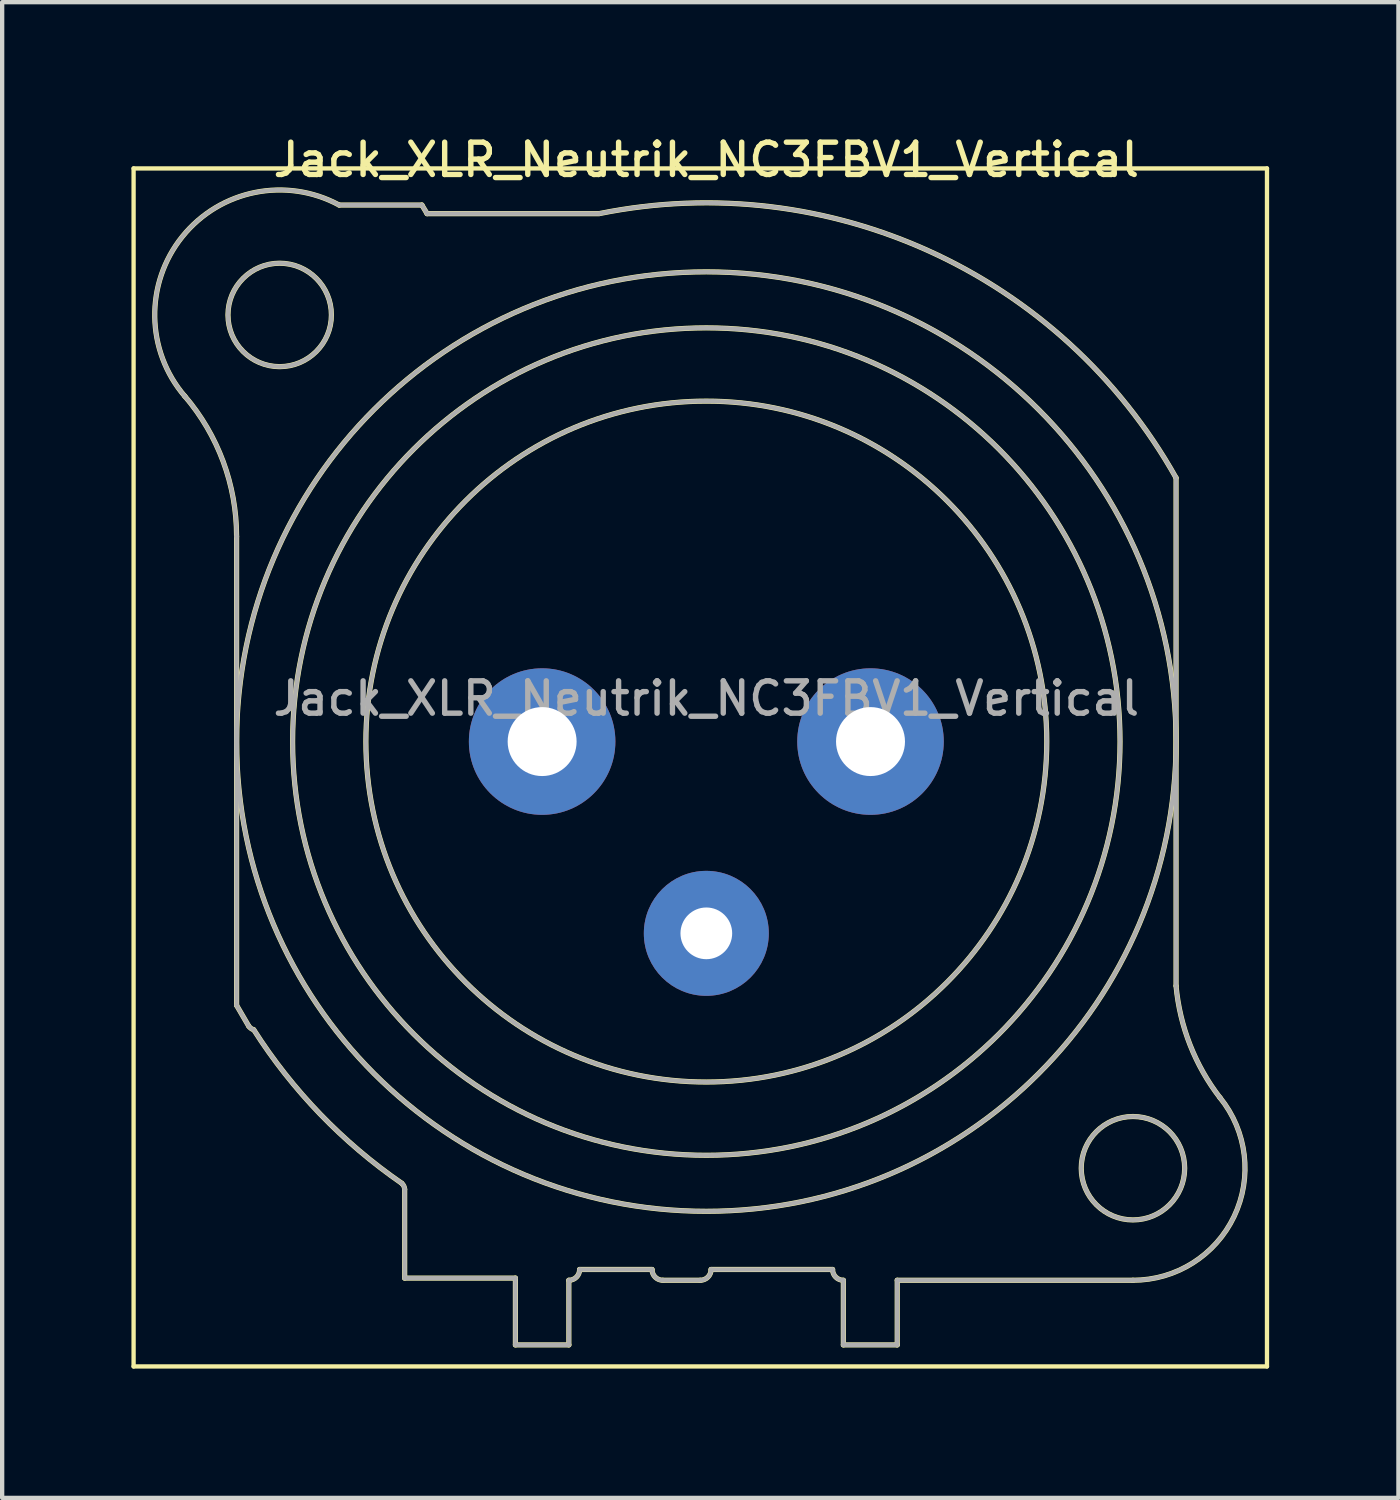
<source format=kicad_pcb>
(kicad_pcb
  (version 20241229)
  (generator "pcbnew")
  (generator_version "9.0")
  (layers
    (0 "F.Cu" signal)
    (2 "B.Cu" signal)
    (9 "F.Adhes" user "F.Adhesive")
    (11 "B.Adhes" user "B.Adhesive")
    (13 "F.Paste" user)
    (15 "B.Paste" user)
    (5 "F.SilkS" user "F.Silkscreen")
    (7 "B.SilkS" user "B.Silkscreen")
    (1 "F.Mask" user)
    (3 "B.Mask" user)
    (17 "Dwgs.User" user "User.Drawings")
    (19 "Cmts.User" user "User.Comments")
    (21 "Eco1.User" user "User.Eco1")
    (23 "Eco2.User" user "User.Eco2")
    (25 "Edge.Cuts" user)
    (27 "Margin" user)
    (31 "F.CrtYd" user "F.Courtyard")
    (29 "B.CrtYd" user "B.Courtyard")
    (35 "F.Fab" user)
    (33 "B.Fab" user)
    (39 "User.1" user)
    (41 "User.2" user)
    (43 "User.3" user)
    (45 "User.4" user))
  (footprint "Jack_XLR_Neutrik_NC3FBV1_Vertical"
    (layer "F.Cu")
    (at 17.15 14.158)
    (property "Reference" "Jack_XLR_Neutrik_NC3FBV1_Vertical" (at -3.81 -13.5 0) (layer "F.SilkS") (effects (font (size 0.75 0.75) (thickness 0.125))))
    (attr through_hole)
    (fp_line (start -17.1 -13.3) (end 9.2 -13.3) (stroke (width 0.1) (type solid)) (layer "F.SilkS"))
    (fp_line (start -17.1 14.5) (end -17.1 -13.3) (stroke (width 0.1) (type solid)) (layer "F.SilkS"))
    (fp_line (start -14.71 -4.76) (end -14.71 6.12) (stroke (width 0.12) (type solid)) (layer "F.SilkS"))
    (fp_line (start -14.71 6.12) (end -14.43 6.6) (stroke (width 0.12) (type solid)) (layer "F.SilkS"))
    (fp_line (start -10.81 10.39) (end -10.81 12.45) (stroke (width 0.12) (type solid)) (layer "F.SilkS"))
    (fp_line (start -10.81 12.45) (end -8.24 12.45) (stroke (width 0.12) (type solid)) (layer "F.SilkS"))
    (fp_line (start -10.41 -12.45) (end -12.33 -12.45) (stroke (width 0.12) (type solid)) (layer "F.SilkS"))
    (fp_line (start -10.29 -12.25) (end -10.41 -12.45) (stroke (width 0.12) (type solid)) (layer "F.SilkS"))
    (fp_line (start -8.24 12.45) (end -8.24 14) (stroke (width 0.12) (type solid)) (layer "F.SilkS"))
    (fp_line (start -7 14) (end -8.24 14) (stroke (width 0.12) (type solid)) (layer "F.SilkS"))
    (fp_line (start -7 14) (end -7 12.5) (stroke (width 0.12) (type solid)) (layer "F.SilkS"))
    (fp_line (start -6.75 12.25) (end -5.07 12.25) (stroke (width 0.12) (type solid)) (layer "F.SilkS"))
    (fp_line (start -6.3 -12.25) (end -10.29 -12.25) (stroke (width 0.12) (type solid)) (layer "F.SilkS"))
    (fp_line (start -4.82 12.5) (end -3.95 12.5) (stroke (width 0.12) (type solid)) (layer "F.SilkS"))
    (fp_line (start -3.7 12.25) (end -0.88 12.25) (stroke (width 0.12) (type solid)) (layer "F.SilkS"))
    (fp_line (start -0.63 12.5) (end -0.63 14) (stroke (width 0.12) (type solid)) (layer "F.SilkS"))
    (fp_line (start 0.62 12.5) (end 6.09 12.5) (stroke (width 0.12) (type solid)) (layer "F.SilkS"))
    (fp_line (start 0.62 14) (end -0.63 14) (stroke (width 0.12) (type solid)) (layer "F.SilkS"))
    (fp_line (start 0.62 14) (end 0.62 12.5) (stroke (width 0.12) (type solid)) (layer "F.SilkS"))
    (fp_line (start 7.09 5.67) (end 7.09 -6.12) (stroke (width 0.12) (type solid)) (layer "F.SilkS"))
    (fp_line (start 9.2 -13.3) (end 9.2 14.5) (stroke (width 0.1) (type solid)) (layer "F.SilkS"))
    (fp_line (start 9.2 14.5) (end -17.1 14.5) (stroke (width 0.1) (type solid)) (layer "F.SilkS"))
    (fp_arc (start -15.916051 -8.020379) (mid -15.021177 -6.498148) (end -14.71 -4.76) (stroke (width 0.12) (type solid)) (layer "F.SilkS"))
    (fp_arc (start -15.908884 -8.010077) (mid -15.967404 -11.719623) (end -12.33 -12.45) (stroke (width 0.12) (type solid)) (layer "F.SilkS"))
    (fp_arc (start -14.313753 6.685219) (mid -14.379716 6.653303) (end -14.43 6.6) (stroke (width 0.12) (type solid)) (layer "F.SilkS"))
    (fp_arc (start -10.879208 10.248532) (mid -12.772983 8.641241) (end -14.31 6.69) (stroke (width 0.12) (type solid)) (layer "F.SilkS"))
    (fp_arc (start -10.874359 10.252686) (mid -10.828679 10.315015) (end -10.81 10.39) (stroke (width 0.12) (type solid)) (layer "F.SilkS"))
    (fp_arc (start -6.75 12.25) (mid -6.823223 12.426777) (end -7 12.5) (stroke (width 0.12) (type solid)) (layer "F.SilkS"))
    (fp_arc (start -6.283571 -12.253402) (mid 1.401126 -11.362596) (end 7.09 -6.12) (stroke (width 0.12) (type solid)) (layer "F.SilkS"))
    (fp_arc (start -4.82 12.5) (mid -4.996777 12.426777) (end -5.07 12.25) (stroke (width 0.12) (type solid)) (layer "F.SilkS"))
    (fp_arc (start -3.7 12.25) (mid -3.773223 12.426777) (end -3.95 12.5) (stroke (width 0.12) (type solid)) (layer "F.SilkS"))
    (fp_arc (start -0.63 12.5) (mid -0.806777 12.426777) (end -0.88 12.25) (stroke (width 0.12) (type solid)) (layer "F.SilkS"))
    (fp_arc (start 8.110579 8.263767) (mid 8.436721 11.019329) (end 6.09 12.5) (stroke (width 0.12) (type solid)) (layer "F.SilkS"))
    (fp_arc (start 8.111727 8.266808) (mid 7.416073 7.041111) (end 7.09 5.67) (stroke (width 0.12) (type solid)) (layer "F.SilkS"))
    (fp_circle (center -13.71 -9.9) (end -12.51 -9.9) (stroke (width 0.12) (type solid)) (fill no) (layer "F.SilkS"))
    (fp_circle (center -3.81 0) (end 4.09 0) (stroke (width 0.12) (type solid)) (fill no) (layer "F.SilkS"))
    (fp_circle (center -3.81 0) (end 5.79 0) (stroke (width 0.12) (type solid)) (fill no) (layer "F.SilkS"))
    (fp_circle (center -3.81 0) (end 7.09 0) (stroke (width 0.12) (type solid)) (fill no) (layer "F.SilkS"))
    (fp_circle (center 6.09 9.9) (end 7.29 9.9) (stroke (width 0.12) (type solid)) (fill no) (layer "F.SilkS"))
    (fp_line (start -14.71 -4.76) (end -14.71 6.12) (stroke (width 0.1) (type solid)) (layer "F.Fab"))
    (fp_line (start -14.71 6.12) (end -14.43 6.6) (stroke (width 0.1) (type solid)) (layer "F.Fab"))
    (fp_line (start -10.81 10.39) (end -10.81 12.45) (stroke (width 0.1) (type solid)) (layer "F.Fab"))
    (fp_line (start -10.81 12.45) (end -8.24 12.45) (stroke (width 0.1) (type solid)) (layer "F.Fab"))
    (fp_line (start -10.41 -12.45) (end -12.33 -12.45) (stroke (width 0.1) (type solid)) (layer "F.Fab"))
    (fp_line (start -10.29 -12.25) (end -10.41 -12.45) (stroke (width 0.1) (type solid)) (layer "F.Fab"))
    (fp_line (start -8.24 12.45) (end -8.24 14) (stroke (width 0.1) (type solid)) (layer "F.Fab"))
    (fp_line (start -7 14) (end -8.24 14) (stroke (width 0.1) (type solid)) (layer "F.Fab"))
    (fp_line (start -7 14) (end -7 12.5) (stroke (width 0.1) (type solid)) (layer "F.Fab"))
    (fp_line (start -6.75 12.25) (end -5.07 12.25) (stroke (width 0.1) (type solid)) (layer "F.Fab"))
    (fp_line (start -6.3 -12.25) (end -10.29 -12.25) (stroke (width 0.1) (type solid)) (layer "F.Fab"))
    (fp_line (start -4.82 12.5) (end -3.95 12.5) (stroke (width 0.1) (type solid)) (layer "F.Fab"))
    (fp_line (start -3.7 12.25) (end -0.88 12.25) (stroke (width 0.1) (type solid)) (layer "F.Fab"))
    (fp_line (start -0.63 12.5) (end -0.63 14) (stroke (width 0.1) (type solid)) (layer "F.Fab"))
    (fp_line (start 0.62 12.5) (end 6.09 12.5) (stroke (width 0.1) (type solid)) (layer "F.Fab"))
    (fp_line (start 0.62 14) (end -0.63 14) (stroke (width 0.1) (type solid)) (layer "F.Fab"))
    (fp_line (start 0.62 14) (end 0.62 12.5) (stroke (width 0.1) (type solid)) (layer "F.Fab"))
    (fp_line (start 7.09 5.67) (end 7.09 -6.12) (stroke (width 0.1) (type solid)) (layer "F.Fab"))
    (fp_arc (start -15.916051 -8.020379) (mid -15.021177 -6.498148) (end -14.71 -4.76) (stroke (width 0.1) (type solid)) (layer "F.Fab"))
    (fp_arc (start -15.908884 -8.010077) (mid -15.967404 -11.719623) (end -12.33 -12.45) (stroke (width 0.1) (type solid)) (layer "F.Fab"))
    (fp_arc (start -14.313753 6.685219) (mid -14.379716 6.653303) (end -14.43 6.6) (stroke (width 0.1) (type solid)) (layer "F.Fab"))
    (fp_arc (start -10.879208 10.248532) (mid -12.772983 8.641241) (end -14.31 6.69) (stroke (width 0.1) (type solid)) (layer "F.Fab"))
    (fp_arc (start -10.874359 10.252686) (mid -10.828679 10.315015) (end -10.81 10.39) (stroke (width 0.1) (type solid)) (layer "F.Fab"))
    (fp_arc (start -6.75 12.25) (mid -6.823223 12.426777) (end -7 12.5) (stroke (width 0.1) (type solid)) (layer "F.Fab"))
    (fp_arc (start -6.283571 -12.253402) (mid 1.401126 -11.362596) (end 7.09 -6.12) (stroke (width 0.1) (type solid)) (layer "F.Fab"))
    (fp_arc (start -4.82 12.5) (mid -4.996777 12.426777) (end -5.07 12.25) (stroke (width 0.1) (type solid)) (layer "F.Fab"))
    (fp_arc (start -3.7 12.25) (mid -3.773223 12.426777) (end -3.95 12.5) (stroke (width 0.1) (type solid)) (layer "F.Fab"))
    (fp_arc (start -0.63 12.5) (mid -0.806777 12.426777) (end -0.88 12.25) (stroke (width 0.1) (type solid)) (layer "F.Fab"))
    (fp_arc (start 8.110579 8.263767) (mid 8.436721 11.019329) (end 6.09 12.5) (stroke (width 0.1) (type solid)) (layer "F.Fab"))
    (fp_arc (start 8.111727 8.266808) (mid 7.416073 7.041111) (end 7.09 5.67) (stroke (width 0.1) (type solid)) (layer "F.Fab"))
    (fp_circle (center -13.71 -9.9) (end -12.51 -9.9) (stroke (width 0.1) (type solid)) (fill no) (layer "F.Fab"))
    (fp_circle (center -3.81 0) (end 4.09 0) (stroke (width 0.1) (type solid)) (fill no) (layer "F.Fab"))
    (fp_circle (center -3.81 0) (end 5.79 0) (stroke (width 0.1) (type solid)) (fill no) (layer "F.Fab"))
    (fp_circle (center -3.81 0) (end 7.09 0) (stroke (width 0.1) (type solid)) (fill no) (layer "F.Fab"))
    (fp_circle (center 6.09 9.9) (end 7.29 9.9) (stroke (width 0.1) (type solid)) (fill no) (layer "F.Fab"))
    (fp_text user "${REFERENCE}" (at -3.81 -1 0) (layer "F.Fab") (effects (font (size 0.75 0.75) (thickness 0.125))))
    (pad "1" thru_hole circle (at 0 0) (size 3.4 3.4) (drill 1.6) (layers "*.Cu" "*.Mask"))
    (pad "2" thru_hole circle (at -7.62 0) (size 3.4 3.4) (drill 1.6) (layers "*.Cu" "*.Mask"))
    (pad "3" thru_hole circle (at -3.81 4.45) (size 2.9 2.9) (drill 1.2) (layers "*.Cu" "*.Mask")))
  (gr_rect
    (start -3 -3)
    (end 29.4 31.708)
    (stroke (width 0.1) (type default))
    (fill no)
    (layer "Edge.Cuts")))
</source>
